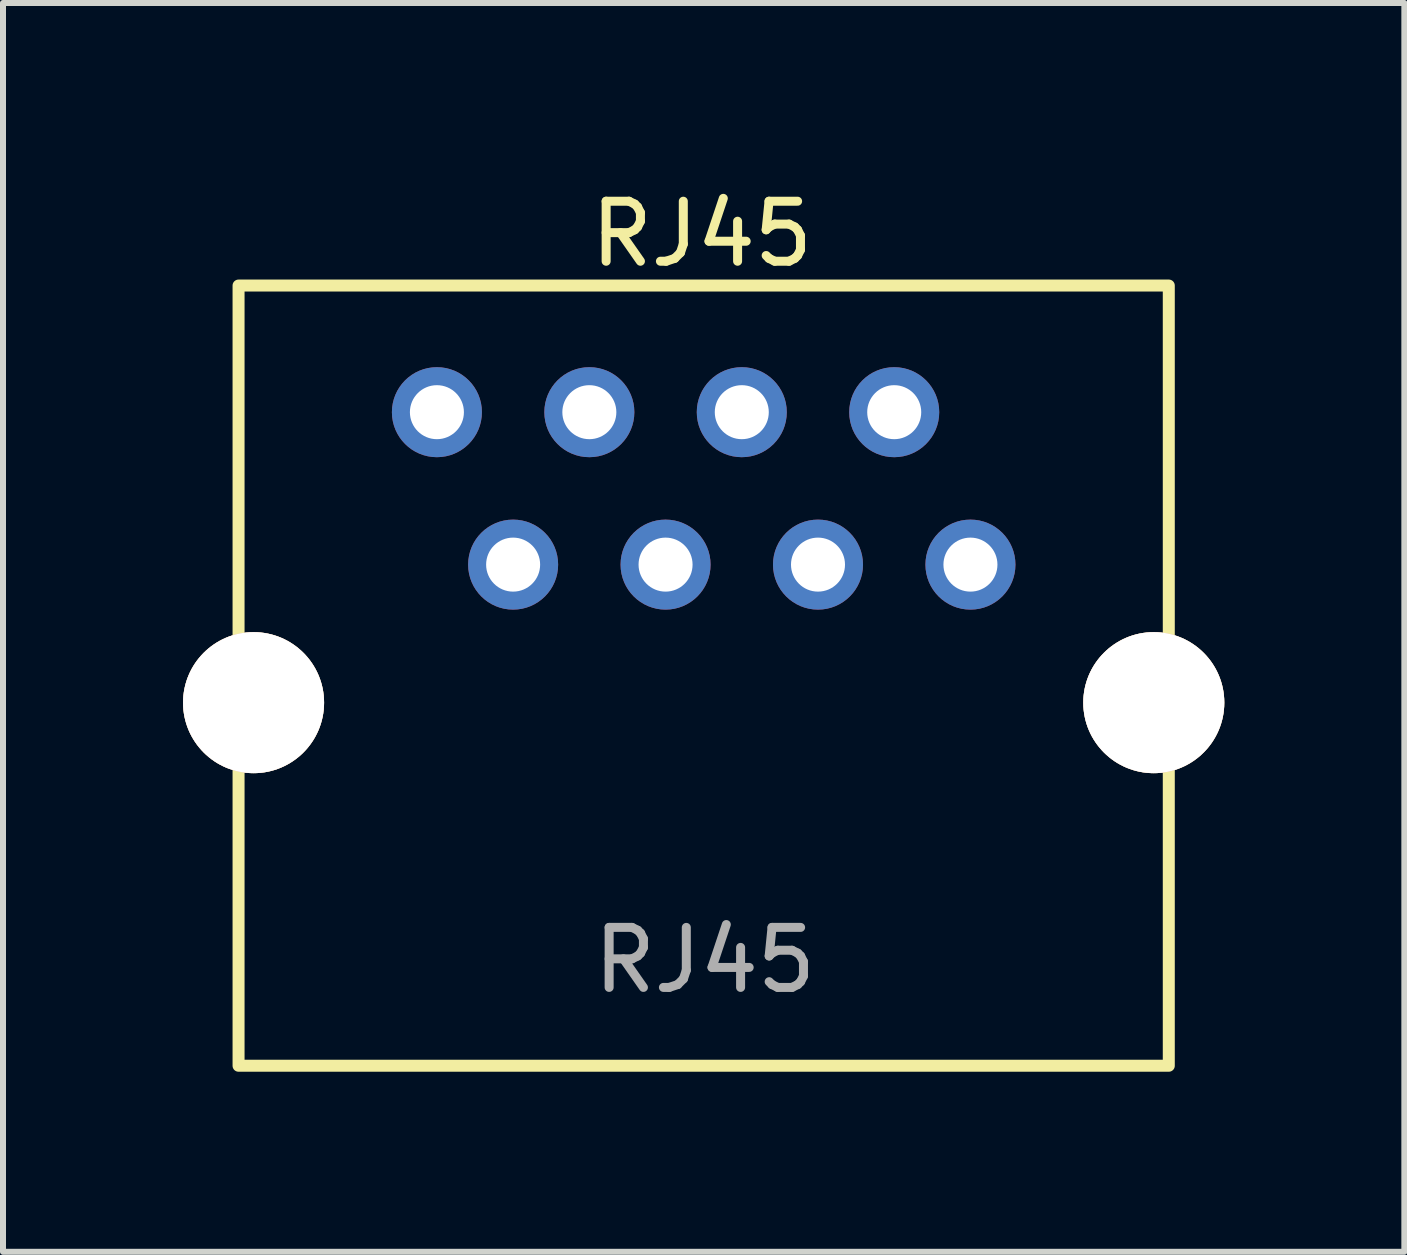
<source format=kicad_pcb>
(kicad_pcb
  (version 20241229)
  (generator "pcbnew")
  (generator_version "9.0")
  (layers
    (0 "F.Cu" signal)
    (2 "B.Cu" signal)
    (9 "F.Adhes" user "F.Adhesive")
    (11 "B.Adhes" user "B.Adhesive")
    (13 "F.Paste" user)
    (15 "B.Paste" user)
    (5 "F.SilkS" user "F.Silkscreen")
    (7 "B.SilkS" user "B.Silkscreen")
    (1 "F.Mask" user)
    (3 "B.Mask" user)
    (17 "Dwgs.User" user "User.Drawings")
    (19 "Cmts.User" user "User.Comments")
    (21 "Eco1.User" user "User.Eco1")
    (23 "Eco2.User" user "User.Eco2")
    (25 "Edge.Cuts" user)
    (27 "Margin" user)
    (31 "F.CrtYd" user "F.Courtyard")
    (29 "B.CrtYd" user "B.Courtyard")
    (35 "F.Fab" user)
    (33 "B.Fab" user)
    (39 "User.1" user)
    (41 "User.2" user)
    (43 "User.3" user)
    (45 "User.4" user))
  (footprint "RJ45"
    (layer "F.Cu")
    (at 8.675 5.088)
    (property "Reference" "RJ45" (at -0.03 -4.24 0) (unlocked yes) (layer "F.SilkS") (effects (font (size 1 1) (thickness 0.15))))
    (fp_rect (start -7.75 -3.38) (end 7.75 9.62) (stroke (width 0.2) (type solid)) (fill no) (layer "F.SilkS"))
    (fp_text user "${REFERENCE}" (at 0.02 7.86 0) (unlocked yes) (layer "F.Fab") (effects (font (size 1 1) (thickness 0.15))))
    (pad "" np_thru_hole circle (at -7.5 3.57) (size 2.35 2.35) (drill 2.35) (layers "*.Cu" "*.SilkS" "*.Mask"))
    (pad "" np_thru_hole circle (at 7.5 3.57) (size 2.35 2.35) (drill 2.35) (layers "*.Cu" "*.SilkS" "*.Mask"))
    (pad "1" thru_hole circle (at 4.445 1.27 180) (size 1.5 1.5) (drill 0.9) (layers "*.Cu" "*.Mask"))
    (pad "2" thru_hole circle (at 3.175 -1.27 180) (size 1.5 1.5) (drill 0.9) (layers "*.Cu" "*.Mask"))
    (pad "3" thru_hole circle (at 1.905 1.27 180) (size 1.5 1.5) (drill 0.9) (layers "*.Cu" "*.Mask"))
    (pad "4" thru_hole circle (at 0.635 -1.27 180) (size 1.5 1.5) (drill 0.9) (layers "*.Cu" "*.Mask"))
    (pad "5" thru_hole circle (at -0.635 1.27 180) (size 1.5 1.5) (drill 0.9) (layers "*.Cu" "*.Mask"))
    (pad "6" thru_hole circle (at -1.905 -1.27 180) (size 1.5 1.5) (drill 0.9) (layers "*.Cu" "*.Mask"))
    (pad "7" thru_hole circle (at -3.175 1.27 180) (size 1.5 1.5) (drill 0.9) (layers "*.Cu" "*.Mask"))
    (pad "8" thru_hole circle (at -4.445 -1.27 180) (size 1.5 1.5) (drill 0.9) (layers "*.Cu" "*.Mask")))
  (gr_rect
    (start -3 -3)
    (end 20.35 17.808)
    (stroke (width 0.1) (type default))
    (fill no)
    (layer "Edge.Cuts")))
</source>
